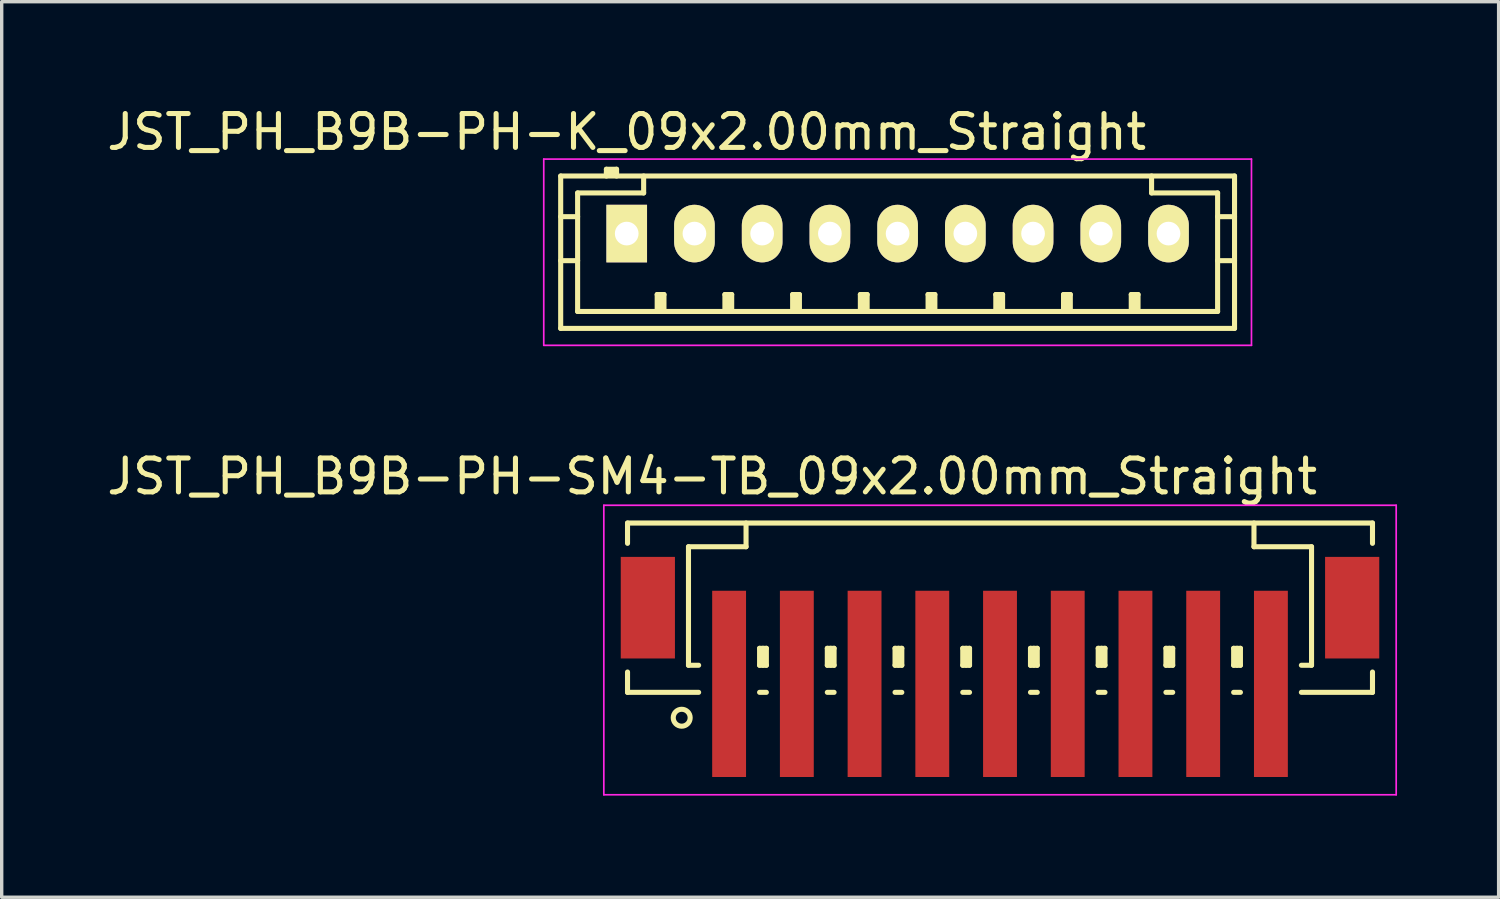
<source format=kicad_pcb>
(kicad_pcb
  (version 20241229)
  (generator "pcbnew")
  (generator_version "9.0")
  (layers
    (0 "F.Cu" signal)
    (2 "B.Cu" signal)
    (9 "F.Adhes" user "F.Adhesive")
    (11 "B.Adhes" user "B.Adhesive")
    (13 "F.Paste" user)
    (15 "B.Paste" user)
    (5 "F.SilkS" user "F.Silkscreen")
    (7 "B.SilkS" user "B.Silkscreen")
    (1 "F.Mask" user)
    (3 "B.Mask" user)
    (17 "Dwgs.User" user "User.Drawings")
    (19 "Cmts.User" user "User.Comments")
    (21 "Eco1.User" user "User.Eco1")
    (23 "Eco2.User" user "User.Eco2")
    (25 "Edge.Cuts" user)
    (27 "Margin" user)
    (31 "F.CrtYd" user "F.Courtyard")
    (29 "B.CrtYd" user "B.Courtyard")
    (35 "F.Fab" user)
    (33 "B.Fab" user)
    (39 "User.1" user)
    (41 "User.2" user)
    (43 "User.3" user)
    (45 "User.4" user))
  (footprint "JST_PH_B9B-PH-SM4-TB_09x2.00mm_Straight"
    (layer "F.Cu")
    (at 26.482 16.021)
    (property "Reference" "JST_PH_B9B-PH-SM4-TB_09x2.00mm_Straight" (at -8.5 -5 0) (layer "F.SilkS") (effects (font (size 1 1) (thickness 0.15))))
    (attr smd)
    (fp_line (start -11 -3.625) (end 11 -3.625) (stroke (width 0.15) (type solid)) (layer "F.SilkS"))
    (fp_line (start -11 -3.025) (end -11 -3.625) (stroke (width 0.15) (type solid)) (layer "F.SilkS"))
    (fp_line (start -11 0.775) (end -11 1.375) (stroke (width 0.15) (type solid)) (layer "F.SilkS"))
    (fp_line (start -11 1.375) (end -8.9 1.375) (stroke (width 0.15) (type solid)) (layer "F.SilkS"))
    (fp_line (start -9.2 -2.925) (end -9.2 0.575) (stroke (width 0.15) (type solid)) (layer "F.SilkS"))
    (fp_line (start -9.2 0.575) (end -8.9 0.575) (stroke (width 0.15) (type solid)) (layer "F.SilkS"))
    (fp_line (start -7.5 -3.625) (end -7.5 -2.925) (stroke (width 0.15) (type solid)) (layer "F.SilkS"))
    (fp_line (start -7.5 -2.925) (end -9.2 -2.925) (stroke (width 0.15) (type solid)) (layer "F.SilkS"))
    (fp_line (start -7.1 0.075) (end -6.9 0.075) (stroke (width 0.15) (type solid)) (layer "F.SilkS"))
    (fp_line (start -7.1 0.575) (end -7.1 0.075) (stroke (width 0.15) (type solid)) (layer "F.SilkS"))
    (fp_line (start -7.1 0.575) (end -6.9 0.575) (stroke (width 0.15) (type solid)) (layer "F.SilkS"))
    (fp_line (start -7.1 1.375) (end -6.9 1.375) (stroke (width 0.15) (type solid)) (layer "F.SilkS"))
    (fp_line (start -7 0.575) (end -7 0.075) (stroke (width 0.15) (type solid)) (layer "F.SilkS"))
    (fp_line (start -6.9 0.075) (end -6.9 0.575) (stroke (width 0.15) (type solid)) (layer "F.SilkS"))
    (fp_line (start -5.1 0.075) (end -4.9 0.075) (stroke (width 0.15) (type solid)) (layer "F.SilkS"))
    (fp_line (start -5.1 0.575) (end -5.1 0.075) (stroke (width 0.15) (type solid)) (layer "F.SilkS"))
    (fp_line (start -5.1 0.575) (end -4.9 0.575) (stroke (width 0.15) (type solid)) (layer "F.SilkS"))
    (fp_line (start -5.1 1.375) (end -4.9 1.375) (stroke (width 0.15) (type solid)) (layer "F.SilkS"))
    (fp_line (start -5 0.575) (end -5 0.075) (stroke (width 0.15) (type solid)) (layer "F.SilkS"))
    (fp_line (start -4.9 0.075) (end -4.9 0.575) (stroke (width 0.15) (type solid)) (layer "F.SilkS"))
    (fp_line (start -3.1 0.075) (end -2.9 0.075) (stroke (width 0.15) (type solid)) (layer "F.SilkS"))
    (fp_line (start -3.1 0.575) (end -3.1 0.075) (stroke (width 0.15) (type solid)) (layer "F.SilkS"))
    (fp_line (start -3.1 0.575) (end -2.9 0.575) (stroke (width 0.15) (type solid)) (layer "F.SilkS"))
    (fp_line (start -3.1 1.375) (end -2.9 1.375) (stroke (width 0.15) (type solid)) (layer "F.SilkS"))
    (fp_line (start -3 0.575) (end -3 0.075) (stroke (width 0.15) (type solid)) (layer "F.SilkS"))
    (fp_line (start -2.9 0.075) (end -2.9 0.575) (stroke (width 0.15) (type solid)) (layer "F.SilkS"))
    (fp_line (start -1.1 0.075) (end -0.9 0.075) (stroke (width 0.15) (type solid)) (layer "F.SilkS"))
    (fp_line (start -1.1 0.575) (end -1.1 0.075) (stroke (width 0.15) (type solid)) (layer "F.SilkS"))
    (fp_line (start -1.1 0.575) (end -0.9 0.575) (stroke (width 0.15) (type solid)) (layer "F.SilkS"))
    (fp_line (start -1.1 1.375) (end -0.9 1.375) (stroke (width 0.15) (type solid)) (layer "F.SilkS"))
    (fp_line (start -1 0.575) (end -1 0.075) (stroke (width 0.15) (type solid)) (layer "F.SilkS"))
    (fp_line (start -0.9 0.075) (end -0.9 0.575) (stroke (width 0.15) (type solid)) (layer "F.SilkS"))
    (fp_line (start 0.9 0.075) (end 1.1 0.075) (stroke (width 0.15) (type solid)) (layer "F.SilkS"))
    (fp_line (start 0.9 0.575) (end 0.9 0.075) (stroke (width 0.15) (type solid)) (layer "F.SilkS"))
    (fp_line (start 0.9 0.575) (end 1.1 0.575) (stroke (width 0.15) (type solid)) (layer "F.SilkS"))
    (fp_line (start 0.9 1.375) (end 1.1 1.375) (stroke (width 0.15) (type solid)) (layer "F.SilkS"))
    (fp_line (start 1 0.575) (end 1 0.075) (stroke (width 0.15) (type solid)) (layer "F.SilkS"))
    (fp_line (start 1.1 0.075) (end 1.1 0.575) (stroke (width 0.15) (type solid)) (layer "F.SilkS"))
    (fp_line (start 2.9 0.075) (end 3.1 0.075) (stroke (width 0.15) (type solid)) (layer "F.SilkS"))
    (fp_line (start 2.9 0.575) (end 2.9 0.075) (stroke (width 0.15) (type solid)) (layer "F.SilkS"))
    (fp_line (start 2.9 0.575) (end 3.1 0.575) (stroke (width 0.15) (type solid)) (layer "F.SilkS"))
    (fp_line (start 2.9 1.375) (end 3.1 1.375) (stroke (width 0.15) (type solid)) (layer "F.SilkS"))
    (fp_line (start 3 0.575) (end 3 0.075) (stroke (width 0.15) (type solid)) (layer "F.SilkS"))
    (fp_line (start 3.1 0.075) (end 3.1 0.575) (stroke (width 0.15) (type solid)) (layer "F.SilkS"))
    (fp_line (start 4.9 0.075) (end 5.1 0.075) (stroke (width 0.15) (type solid)) (layer "F.SilkS"))
    (fp_line (start 4.9 0.575) (end 4.9 0.075) (stroke (width 0.15) (type solid)) (layer "F.SilkS"))
    (fp_line (start 4.9 0.575) (end 5.1 0.575) (stroke (width 0.15) (type solid)) (layer "F.SilkS"))
    (fp_line (start 4.9 1.375) (end 5.1 1.375) (stroke (width 0.15) (type solid)) (layer "F.SilkS"))
    (fp_line (start 5 0.575) (end 5 0.075) (stroke (width 0.15) (type solid)) (layer "F.SilkS"))
    (fp_line (start 5.1 0.075) (end 5.1 0.575) (stroke (width 0.15) (type solid)) (layer "F.SilkS"))
    (fp_line (start 6.9 0.075) (end 7.1 0.075) (stroke (width 0.15) (type solid)) (layer "F.SilkS"))
    (fp_line (start 6.9 0.575) (end 6.9 0.075) (stroke (width 0.15) (type solid)) (layer "F.SilkS"))
    (fp_line (start 6.9 0.575) (end 7.1 0.575) (stroke (width 0.15) (type solid)) (layer "F.SilkS"))
    (fp_line (start 6.9 1.375) (end 7.1 1.375) (stroke (width 0.15) (type solid)) (layer "F.SilkS"))
    (fp_line (start 7 0.575) (end 7 0.075) (stroke (width 0.15) (type solid)) (layer "F.SilkS"))
    (fp_line (start 7.1 0.075) (end 7.1 0.575) (stroke (width 0.15) (type solid)) (layer "F.SilkS"))
    (fp_line (start 7.5 -3.625) (end 7.5 -2.925) (stroke (width 0.15) (type solid)) (layer "F.SilkS"))
    (fp_line (start 7.5 -2.925) (end 9.2 -2.925) (stroke (width 0.15) (type solid)) (layer "F.SilkS"))
    (fp_line (start 9.2 -2.925) (end 9.2 0.575) (stroke (width 0.15) (type solid)) (layer "F.SilkS"))
    (fp_line (start 9.2 0.575) (end 8.9 0.575) (stroke (width 0.15) (type solid)) (layer "F.SilkS"))
    (fp_line (start 11 -3.625) (end 11 -3.025) (stroke (width 0.15) (type solid)) (layer "F.SilkS"))
    (fp_line (start 11 0.775) (end 11 1.375) (stroke (width 0.15) (type solid)) (layer "F.SilkS"))
    (fp_line (start 11 1.375) (end 8.9 1.375) (stroke (width 0.15) (type solid)) (layer "F.SilkS"))
    (fp_circle (center -9.4 2.125) (end -9.15 2.125) (stroke (width 0.15) (type solid)) (fill no) (layer "F.SilkS"))
    (fp_line (start -11.7 -4.15) (end 11.7 -4.15) (stroke (width 0.05) (type solid)) (layer "F.CrtYd"))
    (fp_line (start -11.7 4.4) (end -11.7 -4.15) (stroke (width 0.05) (type solid)) (layer "F.CrtYd"))
    (fp_line (start 11.7 -4.15) (end 11.7 4.4) (stroke (width 0.05) (type solid)) (layer "F.CrtYd"))
    (fp_line (start 11.7 4.4) (end -11.7 4.4) (stroke (width 0.05) (type solid)) (layer "F.CrtYd"))
    (pad "" smd rect (at -10.4 -1.125) (size 1.6 3) (layers "F.Cu" "F.Mask" "F.Paste"))
    (pad "" smd rect (at 10.4 -1.125) (size 1.6 3) (layers "F.Cu" "F.Mask" "F.Paste"))
    (pad "1" smd rect (at -8 1.125) (size 1 5.5) (layers "F.Cu" "F.Mask" "F.Paste"))
    (pad "2" smd rect (at -6 1.125) (size 1 5.5) (layers "F.Cu" "F.Mask" "F.Paste"))
    (pad "3" smd rect (at -4 1.125) (size 1 5.5) (layers "F.Cu" "F.Mask" "F.Paste"))
    (pad "4" smd rect (at -2 1.125) (size 1 5.5) (layers "F.Cu" "F.Mask" "F.Paste"))
    (pad "5" smd rect (at 0 1.125) (size 1 5.5) (layers "F.Cu" "F.Mask" "F.Paste"))
    (pad "6" smd rect (at 2 1.125) (size 1 5.5) (layers "F.Cu" "F.Mask" "F.Paste"))
    (pad "7" smd rect (at 4 1.125) (size 1 5.5) (layers "F.Cu" "F.Mask" "F.Paste"))
    (pad "8" smd rect (at 6 1.125) (size 1 5.5) (layers "F.Cu" "F.Mask" "F.Paste"))
    (pad "9" smd rect (at 8 1.125) (size 1 5.5) (layers "F.Cu" "F.Mask" "F.Paste")))
  (footprint "JST_PH_B9B-PH-K_09x2.00mm_Straight"
    (layer "F.Cu")
    (at 15.458 3.848)
    (property "Reference" "JST_PH_B9B-PH-K_09x2.00mm_Straight" (at 0 -3 0) (layer "F.SilkS") (effects (font (size 1 1) (thickness 0.15))))
    (attr through_hole)
    (fp_line (start -1.95 -1.7) (end 17.95 -1.7) (stroke (width 0.15) (type solid)) (layer "F.SilkS"))
    (fp_line (start -1.95 -0.5) (end -1.45 -0.5) (stroke (width 0.15) (type solid)) (layer "F.SilkS"))
    (fp_line (start -1.95 0.8) (end -1.45 0.8) (stroke (width 0.15) (type solid)) (layer "F.SilkS"))
    (fp_line (start -1.95 2.8) (end -1.95 -1.7) (stroke (width 0.15) (type solid)) (layer "F.SilkS"))
    (fp_line (start -1.45 -1.2) (end -1.45 2.3) (stroke (width 0.15) (type solid)) (layer "F.SilkS"))
    (fp_line (start -1.45 2.3) (end 17.45 2.3) (stroke (width 0.15) (type solid)) (layer "F.SilkS"))
    (fp_line (start -0.6 -1.9) (end -0.6 -1.7) (stroke (width 0.15) (type solid)) (layer "F.SilkS"))
    (fp_line (start -0.3 -1.9) (end -0.6 -1.9) (stroke (width 0.15) (type solid)) (layer "F.SilkS"))
    (fp_line (start -0.3 -1.8) (end -0.6 -1.8) (stroke (width 0.15) (type solid)) (layer "F.SilkS"))
    (fp_line (start -0.3 -1.7) (end -0.3 -1.9) (stroke (width 0.15) (type solid)) (layer "F.SilkS"))
    (fp_line (start 0.5 -1.7) (end 0.5 -1.2) (stroke (width 0.15) (type solid)) (layer "F.SilkS"))
    (fp_line (start 0.5 -1.2) (end -1.45 -1.2) (stroke (width 0.15) (type solid)) (layer "F.SilkS"))
    (fp_line (start 0.9 1.8) (end 1.1 1.8) (stroke (width 0.15) (type solid)) (layer "F.SilkS"))
    (fp_line (start 0.9 2.3) (end 0.9 1.8) (stroke (width 0.15) (type solid)) (layer "F.SilkS"))
    (fp_line (start 1 2.3) (end 1 1.8) (stroke (width 0.15) (type solid)) (layer "F.SilkS"))
    (fp_line (start 1.1 1.8) (end 1.1 2.3) (stroke (width 0.15) (type solid)) (layer "F.SilkS"))
    (fp_line (start 2.9 1.8) (end 3.1 1.8) (stroke (width 0.15) (type solid)) (layer "F.SilkS"))
    (fp_line (start 2.9 2.3) (end 2.9 1.8) (stroke (width 0.15) (type solid)) (layer "F.SilkS"))
    (fp_line (start 3 2.3) (end 3 1.8) (stroke (width 0.15) (type solid)) (layer "F.SilkS"))
    (fp_line (start 3.1 1.8) (end 3.1 2.3) (stroke (width 0.15) (type solid)) (layer "F.SilkS"))
    (fp_line (start 4.9 1.8) (end 5.1 1.8) (stroke (width 0.15) (type solid)) (layer "F.SilkS"))
    (fp_line (start 4.9 2.3) (end 4.9 1.8) (stroke (width 0.15) (type solid)) (layer "F.SilkS"))
    (fp_line (start 5 2.3) (end 5 1.8) (stroke (width 0.15) (type solid)) (layer "F.SilkS"))
    (fp_line (start 5.1 1.8) (end 5.1 2.3) (stroke (width 0.15) (type solid)) (layer "F.SilkS"))
    (fp_line (start 6.9 1.8) (end 7.1 1.8) (stroke (width 0.15) (type solid)) (layer "F.SilkS"))
    (fp_line (start 6.9 2.3) (end 6.9 1.8) (stroke (width 0.15) (type solid)) (layer "F.SilkS"))
    (fp_line (start 7 2.3) (end 7 1.8) (stroke (width 0.15) (type solid)) (layer "F.SilkS"))
    (fp_line (start 7.1 1.8) (end 7.1 2.3) (stroke (width 0.15) (type solid)) (layer "F.SilkS"))
    (fp_line (start 8.9 1.8) (end 9.1 1.8) (stroke (width 0.15) (type solid)) (layer "F.SilkS"))
    (fp_line (start 8.9 2.3) (end 8.9 1.8) (stroke (width 0.15) (type solid)) (layer "F.SilkS"))
    (fp_line (start 9 2.3) (end 9 1.8) (stroke (width 0.15) (type solid)) (layer "F.SilkS"))
    (fp_line (start 9.1 1.8) (end 9.1 2.3) (stroke (width 0.15) (type solid)) (layer "F.SilkS"))
    (fp_line (start 10.9 1.8) (end 11.1 1.8) (stroke (width 0.15) (type solid)) (layer "F.SilkS"))
    (fp_line (start 10.9 2.3) (end 10.9 1.8) (stroke (width 0.15) (type solid)) (layer "F.SilkS"))
    (fp_line (start 11 2.3) (end 11 1.8) (stroke (width 0.15) (type solid)) (layer "F.SilkS"))
    (fp_line (start 11.1 1.8) (end 11.1 2.3) (stroke (width 0.15) (type solid)) (layer "F.SilkS"))
    (fp_line (start 12.9 1.8) (end 13.1 1.8) (stroke (width 0.15) (type solid)) (layer "F.SilkS"))
    (fp_line (start 12.9 2.3) (end 12.9 1.8) (stroke (width 0.15) (type solid)) (layer "F.SilkS"))
    (fp_line (start 13 2.3) (end 13 1.8) (stroke (width 0.15) (type solid)) (layer "F.SilkS"))
    (fp_line (start 13.1 1.8) (end 13.1 2.3) (stroke (width 0.15) (type solid)) (layer "F.SilkS"))
    (fp_line (start 14.9 1.8) (end 15.1 1.8) (stroke (width 0.15) (type solid)) (layer "F.SilkS"))
    (fp_line (start 14.9 2.3) (end 14.9 1.8) (stroke (width 0.15) (type solid)) (layer "F.SilkS"))
    (fp_line (start 15 2.3) (end 15 1.8) (stroke (width 0.15) (type solid)) (layer "F.SilkS"))
    (fp_line (start 15.1 1.8) (end 15.1 2.3) (stroke (width 0.15) (type solid)) (layer "F.SilkS"))
    (fp_line (start 15.5 -1.2) (end 15.5 -1.7) (stroke (width 0.15) (type solid)) (layer "F.SilkS"))
    (fp_line (start 17.45 -1.2) (end 15.5 -1.2) (stroke (width 0.15) (type solid)) (layer "F.SilkS"))
    (fp_line (start 17.45 -0.5) (end 17.95 -0.5) (stroke (width 0.15) (type solid)) (layer "F.SilkS"))
    (fp_line (start 17.45 0.8) (end 17.95 0.8) (stroke (width 0.15) (type solid)) (layer "F.SilkS"))
    (fp_line (start 17.45 2.3) (end 17.45 -1.2) (stroke (width 0.15) (type solid)) (layer "F.SilkS"))
    (fp_line (start 17.95 -1.7) (end 17.95 2.8) (stroke (width 0.15) (type solid)) (layer "F.SilkS"))
    (fp_line (start 17.95 2.8) (end -1.95 2.8) (stroke (width 0.15) (type solid)) (layer "F.SilkS"))
    (fp_line (start -2.45 -2.2) (end 18.45 -2.2) (stroke (width 0.05) (type solid)) (layer "F.CrtYd"))
    (fp_line (start -2.45 3.3) (end -2.45 -2.2) (stroke (width 0.05) (type solid)) (layer "F.CrtYd"))
    (fp_line (start 18.45 -2.2) (end 18.45 3.3) (stroke (width 0.05) (type solid)) (layer "F.CrtYd"))
    (fp_line (start 18.45 3.3) (end -2.45 3.3) (stroke (width 0.05) (type solid)) (layer "F.CrtYd"))
    (pad "1" thru_hole rect (at 0 0) (size 1.2 1.7) (drill 0.7) (layers "*.Cu" "*.Mask" "F.SilkS"))
    (pad "2" thru_hole oval (at 2 0) (size 1.2 1.7) (drill 0.7) (layers "*.Cu" "*.Mask" "F.SilkS"))
    (pad "3" thru_hole oval (at 4 0) (size 1.2 1.7) (drill 0.7) (layers "*.Cu" "*.Mask" "F.SilkS"))
    (pad "4" thru_hole oval (at 6 0) (size 1.2 1.7) (drill 0.7) (layers "*.Cu" "*.Mask" "F.SilkS"))
    (pad "5" thru_hole oval (at 8 0) (size 1.2 1.7) (drill 0.7) (layers "*.Cu" "*.Mask" "F.SilkS"))
    (pad "6" thru_hole oval (at 10 0) (size 1.2 1.7) (drill 0.7) (layers "*.Cu" "*.Mask" "F.SilkS"))
    (pad "7" thru_hole oval (at 12 0) (size 1.2 1.7) (drill 0.7) (layers "*.Cu" "*.Mask" "F.SilkS"))
    (pad "8" thru_hole oval (at 14 0) (size 1.2 1.7) (drill 0.7) (layers "*.Cu" "*.Mask" "F.SilkS"))
    (pad "9" thru_hole oval (at 16 0) (size 1.2 1.7) (drill 0.7) (layers "*.Cu" "*.Mask" "F.SilkS")))
  (gr_rect
    (start -3 -3)
    (end 41.207 23.447)
    (stroke (width 0.1) (type default))
    (fill no)
    (layer "Edge.Cuts")))
</source>
